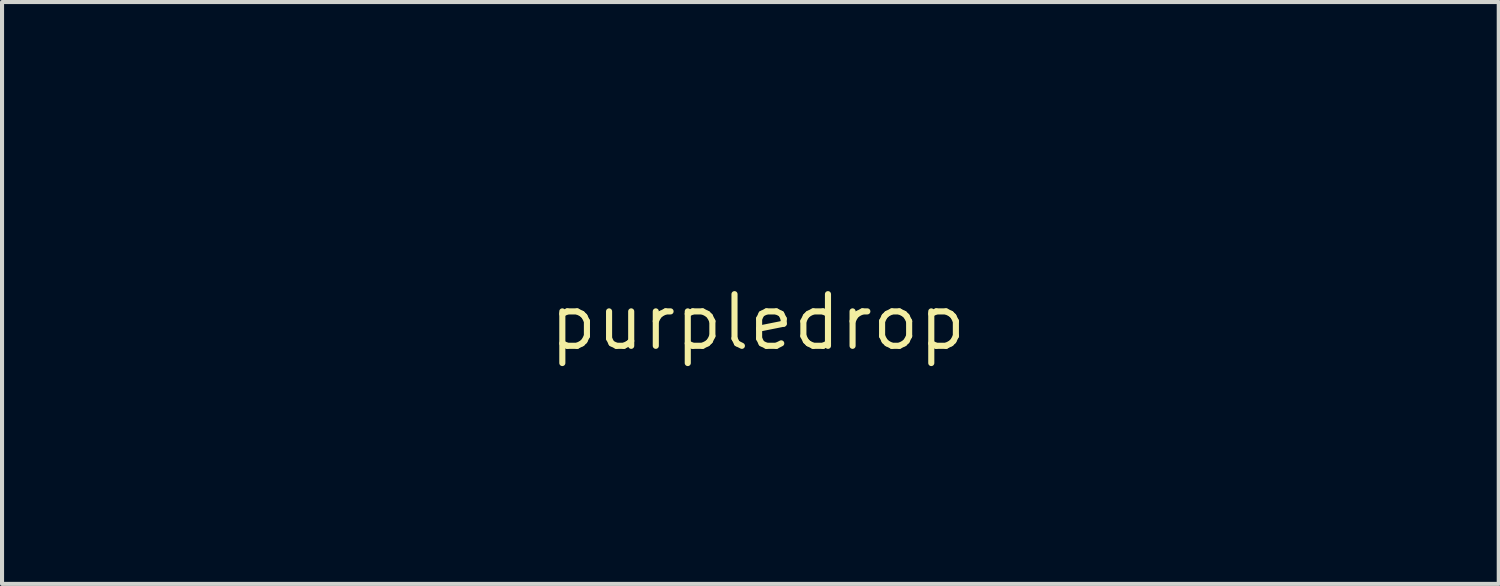
<source format=kicad_pcb>
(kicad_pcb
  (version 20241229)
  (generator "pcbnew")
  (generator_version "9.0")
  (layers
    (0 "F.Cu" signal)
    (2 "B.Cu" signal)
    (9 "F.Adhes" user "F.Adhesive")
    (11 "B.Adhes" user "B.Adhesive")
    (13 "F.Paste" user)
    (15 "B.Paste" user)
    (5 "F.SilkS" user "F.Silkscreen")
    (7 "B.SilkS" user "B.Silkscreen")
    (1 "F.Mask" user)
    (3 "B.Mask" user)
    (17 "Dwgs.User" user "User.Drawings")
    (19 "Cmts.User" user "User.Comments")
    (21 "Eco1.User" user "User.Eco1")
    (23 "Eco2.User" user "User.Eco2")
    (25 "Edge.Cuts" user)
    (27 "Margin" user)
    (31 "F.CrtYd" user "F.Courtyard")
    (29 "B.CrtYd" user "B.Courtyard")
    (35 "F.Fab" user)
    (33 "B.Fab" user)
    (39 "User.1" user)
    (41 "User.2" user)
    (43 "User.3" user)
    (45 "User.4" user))
  (footprint "purpledrop"
    (layer "F.Cu")
    (at 15.584 4.873)
    (property "Reference" "purpledrop" (at 0 0 0) (layer "F.SilkS") (effects (font (size 1.27 1.27) (thickness 0.15))))
    (attr through_hole)
    (fp_poly (pts (xy -8.805 2.836) (xy -9.059 2.836) (xy -9.059 0.72) (xy -8.805 0.72) (xy -8.805 2.836)) (stroke (width 0.01) (type solid)) (fill yes) (layer "F.Mask"))
    (fp_poly (pts (xy -1.651 -1.101) (xy -2.54 -1.101) (xy -2.54 -4.868) (xy -1.651 -4.868) (xy -1.651 -1.101)) (stroke (width 0.01) (type solid)) (fill yes) (layer "F.Mask"))
    (fp_poly (pts (xy 0.254 2.836) (xy -0.085 2.836) (xy -0.085 2.455) (xy 0.254 2.455) (xy 0.254 2.836)) (stroke (width 0.01) (type solid)) (fill yes) (layer "F.Mask"))
    (fp_poly (pts (xy 2.879 2.836) (xy 2.582 2.836) (xy 2.582 1.312) (xy 2.879 1.312) (xy 2.879 2.836)) (stroke (width 0.01) (type solid)) (fill yes) (layer "F.Mask"))
    (fp_poly (pts (xy 2.871 0.799) (xy 2.879 0.889) (xy 2.879 0.907) (xy 2.872 1.008) (xy 2.837 1.05) (xy 2.746 1.058) (xy 2.728 1.058) (xy 2.628 1.053) (xy 2.589 1.02) (xy 2.589 0.938) (xy 2.59 0.921) (xy 2.611 0.824) (xy 2.666 0.782) (xy 2.741 0.77) (xy 2.833 0.767) (xy 2.871 0.799)) (stroke (width 0.01) (type solid)) (fill yes) (layer "F.Mask"))
    (fp_poly (pts (xy -7.578 -3.419) (xy -7.43 -3.532) (xy -7.151 -3.702) (xy -6.868 -3.793) (xy -6.699 -3.809) (xy -6.477 -3.81) (xy -6.477 -3.009) (xy -6.877 -3.011) (xy -7.072 -3.007) (xy -7.253 -2.994) (xy -7.39 -2.974) (xy -7.427 -2.964) (xy -7.578 -2.914) (xy -7.578 -1.101) (xy -8.424 -1.101) (xy -8.424 -3.81) (xy -7.578 -3.81) (xy -7.578 -3.419)) (stroke (width 0.01) (type solid)) (fill yes) (layer "F.Mask"))
    (fp_poly (pts (xy -11.805 1.324) (xy -11.772 1.372) (xy -11.769 1.42) (xy -11.769 1.528) (xy -11.585 1.42) (xy -11.377 1.333) (xy -11.225 1.312) (xy -11.114 1.317) (xy -11.063 1.342) (xy -11.049 1.405) (xy -11.049 1.439) (xy -11.054 1.517) (xy -11.085 1.554) (xy -11.165 1.565) (xy -11.244 1.566) (xy -11.468 1.601) (xy -11.604 1.659) (xy -11.769 1.751) (xy -11.769 2.836) (xy -12.023 2.836) (xy -12.023 1.312) (xy -11.896 1.312) (xy -11.805 1.324)) (stroke (width 0.01) (type solid)) (fill yes) (layer "F.Mask"))
    (fp_poly (pts (xy -4.608 1.324) (xy -4.575 1.372) (xy -4.572 1.416) (xy -4.572 1.519) (xy -4.392 1.416) (xy -4.24 1.35) (xy -4.088 1.315) (xy -4.053 1.313) (xy -3.949 1.318) (xy -3.905 1.349) (xy -3.895 1.425) (xy -3.895 1.439) (xy -3.901 1.52) (xy -3.937 1.557) (xy -4.026 1.566) (xy -4.066 1.566) (xy -4.217 1.587) (xy -4.375 1.638) (xy -4.404 1.652) (xy -4.572 1.737) (xy -4.572 2.836) (xy -4.826 2.836) (xy -4.826 1.312) (xy -4.699 1.312) (xy -4.608 1.324)) (stroke (width 0.01) (type solid)) (fill yes) (layer "F.Mask"))
    (fp_poly (pts (xy 7.408 -3.425) (xy 7.547 -3.531) (xy 7.812 -3.692) (xy 8.089 -3.787) (xy 8.287 -3.809) (xy 8.509 -3.81) (xy 8.509 -3.009) (xy 8.109 -3.011) (xy 7.914 -3.007) (xy 7.733 -2.994) (xy 7.596 -2.974) (xy 7.559 -2.964) (xy 7.408 -2.914) (xy 7.408 -1.101) (xy 6.992 -1.101) (xy 6.812 -1.103) (xy 6.665 -1.111) (xy 6.571 -1.121) (xy 6.548 -1.129) (xy 6.541 -1.177) (xy 6.534 -1.299) (xy 6.529 -1.485) (xy 6.524 -1.724) (xy 6.521 -2.006) (xy 6.52 -2.321) (xy 6.519 -2.484) (xy 6.519 -3.81) (xy 7.408 -3.81) (xy 7.408 -3.425)) (stroke (width 0.01) (type solid)) (fill yes) (layer "F.Mask"))
    (fp_poly (pts (xy -13.547 1.874) (xy -13.544 2.145) (xy -13.531 2.341) (xy -13.506 2.476) (xy -13.461 2.561) (xy -13.393 2.606) (xy -13.298 2.623) (xy -13.237 2.625) (xy -13.07 2.6) (xy -12.922 2.54) (xy -12.785 2.457) (xy -12.785 1.312) (xy -12.531 1.312) (xy -12.531 2.836) (xy -12.658 2.836) (xy -12.758 2.817) (xy -12.785 2.773) (xy -12.791 2.724) (xy -12.821 2.716) (xy -12.893 2.751) (xy -12.964 2.794) (xy -13.158 2.87) (xy -13.361 2.878) (xy -13.55 2.819) (xy -13.641 2.755) (xy -13.78 2.632) (xy -13.793 1.972) (xy -13.807 1.312) (xy -13.547 1.312) (xy -13.547 1.874)) (stroke (width 0.01) (type solid)) (fill yes) (layer "F.Mask"))
    (fp_poly (pts (xy -11.091 -2.923) (xy -11.089 -2.587) (xy -11.082 -2.313) (xy -11.071 -2.107) (xy -11.055 -1.974) (xy -11.044 -1.933) (xy -10.949 -1.819) (xy -10.8 -1.754) (xy -10.613 -1.739) (xy -10.406 -1.778) (xy -10.298 -1.819) (xy -10.118 -1.901) (xy -10.118 -3.81) (xy -9.271 -3.81) (xy -9.271 -1.101) (xy -10.118 -1.101) (xy -10.118 -1.405) (xy -10.255 -1.313) (xy -10.445 -1.205) (xy -10.651 -1.117) (xy -10.853 -1.055) (xy -11.028 -1.026) (xy -11.155 -1.036) (xy -11.155 -1.037) (xy -11.222 -1.053) (xy -11.333 -1.074) (xy -11.358 -1.078) (xy -11.516 -1.136) (xy -11.678 -1.248) (xy -11.686 -1.256) (xy -11.771 -1.34) (xy -11.837 -1.428) (xy -11.888 -1.533) (xy -11.926 -1.664) (xy -11.952 -1.833) (xy -11.968 -2.049) (xy -11.977 -2.325) (xy -11.98 -2.67) (xy -11.98 -2.823) (xy -11.98 -3.81) (xy -11.091 -3.81) (xy -11.091 -2.923)) (stroke (width 0.01) (type solid)) (fill yes) (layer "F.Mask"))
    (fp_poly (pts (xy -14.51 -4.69) (xy -14.184 -4.685) (xy -13.93 -4.679) (xy -13.736 -4.671) (xy -13.589 -4.661) (xy -13.476 -4.647) (xy -13.385 -4.628) (xy -13.304 -4.603) (xy -13.241 -4.578) (xy -12.981 -4.434) (xy -12.782 -4.235) (xy -12.647 -3.991) (xy -12.58 -3.708) (xy -12.584 -3.396) (xy -12.64 -3.135) (xy -12.743 -2.916) (xy -12.912 -2.706) (xy -13.128 -2.523) (xy -13.314 -2.415) (xy -13.418 -2.37) (xy -13.527 -2.339) (xy -13.66 -2.318) (xy -13.838 -2.304) (xy -14.065 -2.295) (xy -14.605 -2.276) (xy -14.605 -1.101) (xy -15.536 -1.101) (xy -15.536 -4.022) (xy -14.605 -4.022) (xy -14.605 -2.963) (xy -14.286 -2.963) (xy -14.101 -2.972) (xy -13.934 -2.994) (xy -13.824 -3.023) (xy -13.666 -3.126) (xy -13.572 -3.28) (xy -13.537 -3.48) (xy -13.557 -3.681) (xy -13.639 -3.834) (xy -13.786 -3.94) (xy -14.002 -4.002) (xy -14.286 -4.022) (xy -14.605 -4.022) (xy -15.536 -4.022) (xy -15.536 -4.706) (xy -14.51 -4.69)) (stroke (width 0.01) (type solid)) (fill yes) (layer "F.Mask"))
    (fp_poly (pts (xy 4.163 1.293) (xy 4.368 1.378) (xy 4.524 1.529) (xy 4.628 1.74) (xy 4.674 2.006) (xy 4.676 2.074) (xy 4.649 2.357) (xy 4.565 2.578) (xy 4.423 2.737) (xy 4.223 2.835) (xy 4.011 2.87) (xy 3.849 2.874) (xy 3.737 2.857) (xy 3.642 2.813) (xy 3.601 2.787) (xy 3.44 2.646) (xy 3.34 2.475) (xy 3.291 2.256) (xy 3.283 2.097) (xy 3.292 2.006) (xy 3.56 2.006) (xy 3.563 2.187) (xy 3.582 2.348) (xy 3.615 2.451) (xy 3.733 2.584) (xy 3.892 2.653) (xy 4.072 2.65) (xy 4.171 2.616) (xy 4.295 2.518) (xy 4.372 2.356) (xy 4.402 2.126) (xy 4.403 2.078) (xy 4.386 1.849) (xy 4.333 1.686) (xy 4.239 1.576) (xy 4.185 1.542) (xy 4.01 1.492) (xy 3.84 1.511) (xy 3.695 1.593) (xy 3.607 1.713) (xy 3.575 1.837) (xy 3.56 2.006) (xy 3.292 2.006) (xy 3.31 1.807) (xy 3.393 1.579) (xy 3.532 1.415) (xy 3.727 1.314) (xy 3.915 1.279) (xy 4.163 1.293)) (stroke (width 0.01) (type solid)) (fill yes) (layer "F.Mask"))
    (fp_poly (pts (xy 3.334 -4.698) (xy 3.776 -4.692) (xy 4.146 -4.671) (xy 4.455 -4.632) (xy 4.713 -4.573) (xy 4.932 -4.49) (xy 5.124 -4.381) (xy 5.299 -4.24) (xy 5.433 -4.106) (xy 5.632 -3.85) (xy 5.767 -3.575) (xy 5.847 -3.259) (xy 5.87 -3.052) (xy 5.863 -2.66) (xy 5.781 -2.296) (xy 5.629 -1.967) (xy 5.413 -1.681) (xy 5.136 -1.449) (xy 4.937 -1.335) (xy 4.763 -1.26) (xy 4.58 -1.201) (xy 4.375 -1.158) (xy 4.133 -1.129) (xy 3.842 -1.111) (xy 3.488 -1.102) (xy 3.235 -1.101) (xy 2.498 -1.101) (xy 2.498 -1.766) (xy 3.429 -1.766) (xy 3.806 -1.788) (xy 4.062 -1.812) (xy 4.257 -1.855) (xy 4.378 -1.903) (xy 4.595 -2.049) (xy 4.764 -2.244) (xy 4.862 -2.452) (xy 4.901 -2.657) (xy 4.911 -2.897) (xy 4.894 -3.138) (xy 4.852 -3.347) (xy 4.822 -3.429) (xy 4.698 -3.65) (xy 4.544 -3.811) (xy 4.348 -3.921) (xy 4.098 -3.986) (xy 3.821 -4.013) (xy 3.429 -4.032) (xy 3.429 -1.766) (xy 2.498 -1.766) (xy 2.498 -4.699) (xy 3.334 -4.698)) (stroke (width 0.01) (type solid)) (fill yes) (layer "F.Mask"))
    (fp_poly (pts (xy -2.951 1.281) (xy -2.738 1.33) (xy -2.573 1.439) (xy -2.44 1.618) (xy -2.421 1.653) (xy -2.358 1.834) (xy -2.331 2.048) (xy -2.339 2.264) (xy -2.381 2.455) (xy -2.439 2.57) (xy -2.615 2.75) (xy -2.823 2.852) (xy -3.027 2.879) (xy -3.218 2.859) (xy -3.369 2.795) (xy -3.387 2.783) (xy -3.531 2.672) (xy -3.625 2.558) (xy -3.678 2.42) (xy -3.701 2.234) (xy -3.702 2.188) (xy -3.461 2.188) (xy -3.431 2.344) (xy -3.341 2.508) (xy -3.208 2.617) (xy -3.051 2.666) (xy -2.888 2.645) (xy -2.799 2.598) (xy -2.681 2.47) (xy -2.611 2.297) (xy -2.585 2.1) (xy -2.605 1.902) (xy -2.667 1.722) (xy -2.772 1.584) (xy -2.854 1.529) (xy -3.018 1.494) (xy -3.186 1.528) (xy -3.328 1.624) (xy -3.357 1.658) (xy -3.423 1.801) (xy -3.459 1.989) (xy -3.461 2.188) (xy -3.702 2.188) (xy -3.704 2.079) (xy -3.702 1.895) (xy -3.692 1.771) (xy -3.667 1.683) (xy -3.623 1.604) (xy -3.582 1.548) (xy -3.409 1.383) (xy -3.201 1.294) (xy -2.954 1.28) (xy -2.951 1.281)) (stroke (width 0.01) (type solid)) (fill yes) (layer "F.Mask"))
    (fp_poly (pts (xy 1.101 1.079) (xy 1.102 1.242) (xy 1.106 1.366) (xy 1.111 1.433) (xy 1.113 1.439) (xy 1.154 1.422) (xy 1.245 1.378) (xy 1.291 1.355) (xy 1.509 1.283) (xy 1.719 1.287) (xy 1.907 1.361) (xy 2.057 1.503) (xy 2.102 1.575) (xy 2.156 1.74) (xy 2.18 1.951) (xy 2.175 2.177) (xy 2.141 2.385) (xy 2.092 2.519) (xy 1.952 2.712) (xy 1.77 2.831) (xy 1.545 2.877) (xy 1.507 2.878) (xy 1.371 2.871) (xy 1.265 2.853) (xy 1.233 2.84) (xy 1.155 2.822) (xy 1.037 2.822) (xy 1.011 2.825) (xy 0.847 2.847) (xy 0.847 1.692) (xy 1.101 1.692) (xy 1.101 2.575) (xy 1.217 2.618) (xy 1.405 2.661) (xy 1.587 2.639) (xy 1.646 2.62) (xy 1.754 2.561) (xy 1.828 2.483) (xy 1.829 2.483) (xy 1.89 2.313) (xy 1.915 2.117) (xy 1.906 1.918) (xy 1.865 1.743) (xy 1.793 1.616) (xy 1.773 1.598) (xy 1.641 1.538) (xy 1.474 1.531) (xy 1.302 1.575) (xy 1.238 1.608) (xy 1.101 1.692) (xy 0.847 1.692) (xy 0.847 0.72) (xy 1.101 0.72) (xy 1.101 1.079)) (stroke (width 0.01) (type solid)) (fill yes) (layer "F.Mask"))
    (fp_poly (pts (xy -9.939 1.278) (xy -9.758 1.354) (xy -9.613 1.5) (xy -9.51 1.712) (xy -9.467 1.892) (xy -9.46 2.16) (xy -9.516 2.399) (xy -9.628 2.598) (xy -9.785 2.749) (xy -9.978 2.844) (xy -10.197 2.873) (xy -10.432 2.828) (xy -10.467 2.815) (xy -10.504 2.808) (xy -10.527 2.834) (xy -10.538 2.91) (xy -10.541 3.05) (xy -10.541 3.107) (xy -10.541 3.429) (xy -10.795 3.429) (xy -10.795 1.667) (xy -10.541 1.667) (xy -10.541 2.121) (xy -10.537 2.346) (xy -10.526 2.496) (xy -10.506 2.577) (xy -10.488 2.597) (xy -10.389 2.616) (xy -10.247 2.621) (xy -10.099 2.613) (xy -9.981 2.594) (xy -9.946 2.581) (xy -9.849 2.488) (xy -9.782 2.342) (xy -9.744 2.165) (xy -9.738 1.977) (xy -9.762 1.8) (xy -9.818 1.655) (xy -9.905 1.562) (xy -9.929 1.55) (xy -10.095 1.525) (xy -10.286 1.555) (xy -10.391 1.595) (xy -10.541 1.667) (xy -10.795 1.667) (xy -10.795 1.312) (xy -10.668 1.312) (xy -10.568 1.331) (xy -10.541 1.377) (xy -10.529 1.411) (xy -10.483 1.406) (xy -10.382 1.36) (xy -10.373 1.356) (xy -10.146 1.277) (xy -9.939 1.278)) (stroke (width 0.01) (type solid)) (fill yes) (layer "F.Mask"))
    (fp_poly (pts (xy -1.032 1.285) (xy -0.848 1.363) (xy -0.701 1.511) (xy -0.654 1.593) (xy -0.601 1.76) (xy -0.576 1.968) (xy -0.578 2.185) (xy -0.608 2.378) (xy -0.647 2.482) (xy -0.794 2.68) (xy -0.986 2.81) (xy -1.21 2.869) (xy -1.453 2.852) (xy -1.577 2.814) (xy -1.614 2.807) (xy -1.637 2.834) (xy -1.648 2.911) (xy -1.651 3.052) (xy -1.651 3.107) (xy -1.651 3.429) (xy -1.905 3.429) (xy -1.905 1.667) (xy -1.651 1.667) (xy -1.651 2.121) (xy -1.647 2.346) (xy -1.636 2.496) (xy -1.616 2.577) (xy -1.598 2.597) (xy -1.527 2.61) (xy -1.406 2.619) (xy -1.325 2.621) (xy -1.169 2.613) (xy -1.059 2.575) (xy -0.99 2.525) (xy -0.921 2.453) (xy -0.882 2.364) (xy -0.861 2.231) (xy -0.855 2.167) (xy -0.85 2.008) (xy -0.854 1.869) (xy -0.864 1.8) (xy -0.939 1.647) (xy -1.066 1.554) (xy -1.232 1.525) (xy -1.426 1.564) (xy -1.501 1.595) (xy -1.651 1.667) (xy -1.905 1.667) (xy -1.905 1.312) (xy -1.778 1.312) (xy -1.677 1.331) (xy -1.651 1.376) (xy -1.649 1.42) (xy -1.631 1.433) (xy -1.577 1.413) (xy -1.467 1.358) (xy -1.46 1.355) (xy -1.24 1.281) (xy -1.032 1.285)) (stroke (width 0.01) (type solid)) (fill yes) (layer "F.Mask"))
    (fp_poly (pts (xy -5.334 2.836) (xy -5.461 2.836) (xy -5.562 2.817) (xy -5.588 2.773) (xy -5.594 2.724) (xy -5.624 2.716) (xy -5.696 2.751) (xy -5.767 2.794) (xy -5.942 2.861) (xy -6.105 2.879) (xy -6.254 2.866) (xy -6.37 2.814) (xy -6.453 2.748) (xy -6.585 2.58) (xy -6.664 2.366) (xy -6.692 2.128) (xy -6.689 2.095) (xy -6.413 2.095) (xy -6.41 2.264) (xy -6.395 2.375) (xy -6.362 2.452) (xy -6.311 2.515) (xy -6.176 2.601) (xy -6.006 2.625) (xy -5.824 2.588) (xy -5.726 2.54) (xy -5.588 2.457) (xy -5.588 2.034) (xy -5.591 1.819) (xy -5.608 1.675) (xy -5.648 1.588) (xy -5.721 1.543) (xy -5.839 1.526) (xy -5.958 1.524) (xy -6.099 1.533) (xy -6.196 1.571) (xy -6.289 1.654) (xy -6.354 1.729) (xy -6.391 1.802) (xy -6.409 1.901) (xy -6.413 2.051) (xy -6.413 2.095) (xy -6.689 2.095) (xy -6.669 1.885) (xy -6.597 1.659) (xy -6.477 1.469) (xy -6.379 1.378) (xy -6.254 1.324) (xy -6.082 1.294) (xy -5.894 1.289) (xy -5.724 1.313) (xy -5.683 1.326) (xy -5.635 1.34) (xy -5.607 1.327) (xy -5.593 1.271) (xy -5.588 1.158) (xy -5.588 1.04) (xy -5.588 0.72) (xy -5.334 0.72) (xy -5.334 2.836)) (stroke (width 0.01) (type solid)) (fill yes) (layer "F.Mask"))
    (fp_poly (pts (xy -7.321 1.341) (xy -7.152 1.463) (xy -7.09 1.54) (xy -7.047 1.642) (xy -7.011 1.788) (xy -6.998 1.881) (xy -6.973 2.117) (xy -8.137 2.117) (xy -8.109 2.233) (xy -8.023 2.433) (xy -7.881 2.57) (xy -7.809 2.607) (xy -7.684 2.649) (xy -7.566 2.662) (xy -7.432 2.641) (xy -7.262 2.585) (xy -7.098 2.519) (xy -7.047 2.508) (xy -7.03 2.548) (xy -7.035 2.626) (xy -7.059 2.728) (xy -7.124 2.788) (xy -7.197 2.819) (xy -7.432 2.87) (xy -7.683 2.87) (xy -7.914 2.82) (xy -8.003 2.781) (xy -8.192 2.641) (xy -8.313 2.454) (xy -8.369 2.217) (xy -8.37 2.022) (xy -8.345 1.873) (xy -8.128 1.873) (xy -8.088 1.886) (xy -7.982 1.897) (xy -7.826 1.903) (xy -7.684 1.905) (xy -7.485 1.904) (xy -7.357 1.899) (xy -7.283 1.887) (xy -7.249 1.866) (xy -7.239 1.831) (xy -7.239 1.817) (xy -7.275 1.71) (xy -7.366 1.602) (xy -7.485 1.518) (xy -7.606 1.482) (xy -7.614 1.482) (xy -7.819 1.514) (xy -7.973 1.613) (xy -8.043 1.703) (xy -8.098 1.8) (xy -8.127 1.866) (xy -8.128 1.873) (xy -8.345 1.873) (xy -8.327 1.761) (xy -8.231 1.561) (xy -8.079 1.413) (xy -7.977 1.354) (xy -7.752 1.283) (xy -7.527 1.28) (xy -7.321 1.341)) (stroke (width 0.01) (type solid)) (fill yes) (layer "F.Mask"))
    (fp_poly (pts (xy -14.511 1.347) (xy -14.372 1.486) (xy -14.276 1.688) (xy -14.228 1.946) (xy -14.225 2.056) (xy -14.255 2.338) (xy -14.346 2.565) (xy -14.501 2.743) (xy -14.534 2.769) (xy -14.664 2.827) (xy -14.84 2.857) (xy -15.026 2.856) (xy -15.185 2.824) (xy -15.233 2.811) (xy -15.262 2.826) (xy -15.278 2.886) (xy -15.287 3.005) (xy -15.291 3.099) (xy -15.299 3.258) (xy -15.312 3.352) (xy -15.338 3.398) (xy -15.382 3.416) (xy -15.411 3.42) (xy -15.503 3.419) (xy -15.549 3.403) (xy -15.557 3.354) (xy -15.564 3.232) (xy -15.571 3.049) (xy -15.575 2.818) (xy -15.578 2.55) (xy -15.579 2.342) (xy -15.579 1.661) (xy -15.282 1.661) (xy -15.282 2.118) (xy -15.279 2.344) (xy -15.268 2.494) (xy -15.248 2.576) (xy -15.229 2.597) (xy -15.159 2.609) (xy -15.037 2.619) (xy -14.952 2.621) (xy -14.804 2.615) (xy -14.705 2.585) (xy -14.627 2.524) (xy -14.53 2.369) (xy -14.484 2.157) (xy -14.489 1.921) (xy -14.543 1.725) (xy -14.649 1.593) (xy -14.798 1.529) (xy -14.983 1.537) (xy -15.138 1.592) (xy -15.282 1.661) (xy -15.579 1.661) (xy -15.579 1.312) (xy -15.431 1.312) (xy -15.322 1.326) (xy -15.283 1.369) (xy -15.282 1.377) (xy -15.271 1.411) (xy -15.224 1.406) (xy -15.124 1.36) (xy -15.115 1.356) (xy -14.889 1.277) (xy -14.686 1.276) (xy -14.511 1.347)) (stroke (width 0.01) (type solid)) (fill yes) (layer "F.Mask"))
    (fp_poly (pts (xy 14.362 -3.863) (xy 14.593 -3.798) (xy 14.634 -3.778) (xy 14.842 -3.621) (xy 15.008 -3.401) (xy 15.127 -3.128) (xy 15.197 -2.813) (xy 15.211 -2.468) (xy 15.192 -2.25) (xy 15.108 -1.897) (xy 14.966 -1.601) (xy 14.772 -1.367) (xy 14.531 -1.197) (xy 14.252 -1.096) (xy 13.94 -1.067) (xy 13.601 -1.114) (xy 13.303 -1.213) (xy 13.281 -1.203) (xy 13.265 -1.144) (xy 13.256 -1.027) (xy 13.251 -0.842) (xy 13.25 -0.681) (xy 13.25 -0.127) (xy 12.404 -0.127) (xy 12.404 -3.095) (xy 13.25 -3.095) (xy 13.25 -2.422) (xy 13.252 -2.192) (xy 13.257 -1.992) (xy 13.264 -1.837) (xy 13.273 -1.743) (xy 13.279 -1.722) (xy 13.332 -1.707) (xy 13.446 -1.697) (xy 13.596 -1.693) (xy 13.602 -1.693) (xy 13.796 -1.702) (xy 13.936 -1.731) (xy 14.035 -1.779) (xy 14.173 -1.911) (xy 14.263 -2.109) (xy 14.305 -2.375) (xy 14.309 -2.5) (xy 14.287 -2.781) (xy 14.222 -2.991) (xy 14.113 -3.132) (xy 14.092 -3.148) (xy 13.97 -3.196) (xy 13.8 -3.215) (xy 13.613 -3.208) (xy 13.441 -3.172) (xy 13.397 -3.156) (xy 13.25 -3.095) (xy 12.404 -3.095) (xy 12.404 -3.81) (xy 13.25 -3.81) (xy 13.25 -3.683) (xy 13.266 -3.587) (xy 13.306 -3.556) (xy 13.357 -3.599) (xy 13.357 -3.599) (xy 13.407 -3.641) (xy 13.508 -3.704) (xy 13.603 -3.757) (xy 13.837 -3.842) (xy 14.1 -3.878) (xy 14.362 -3.863)) (stroke (width 0.01) (type solid)) (fill yes) (layer "F.Mask"))
    (fp_poly (pts (xy -4.005 -3.862) (xy -3.772 -3.794) (xy -3.735 -3.776) (xy -3.514 -3.613) (xy -3.348 -3.387) (xy -3.239 -3.099) (xy -3.186 -2.748) (xy -3.183 -2.439) (xy -3.207 -2.143) (xy -3.257 -1.907) (xy -3.341 -1.708) (xy -3.468 -1.523) (xy -3.538 -1.442) (xy -3.772 -1.241) (xy -4.043 -1.115) (xy -4.345 -1.065) (xy -4.674 -1.091) (xy -5.024 -1.194) (xy -5.069 -1.213) (xy -5.092 -1.203) (xy -5.107 -1.144) (xy -5.117 -1.027) (xy -5.122 -0.842) (xy -5.122 -0.681) (xy -5.122 -0.127) (xy -5.969 -0.127) (xy -5.969 -3.095) (xy -5.122 -3.095) (xy -5.122 -2.422) (xy -5.121 -2.192) (xy -5.116 -1.992) (xy -5.109 -1.837) (xy -5.1 -1.743) (xy -5.094 -1.722) (xy -5.04 -1.707) (xy -4.927 -1.697) (xy -4.776 -1.693) (xy -4.771 -1.693) (xy -4.576 -1.702) (xy -4.437 -1.731) (xy -4.338 -1.779) (xy -4.2 -1.911) (xy -4.11 -2.109) (xy -4.068 -2.375) (xy -4.064 -2.5) (xy -4.085 -2.781) (xy -4.15 -2.991) (xy -4.259 -3.132) (xy -4.281 -3.148) (xy -4.402 -3.196) (xy -4.572 -3.215) (xy -4.76 -3.208) (xy -4.932 -3.172) (xy -4.976 -3.156) (xy -5.122 -3.095) (xy -5.969 -3.095) (xy -5.969 -3.81) (xy -5.122 -3.81) (xy -5.122 -3.683) (xy -5.106 -3.587) (xy -5.067 -3.556) (xy -5.016 -3.599) (xy -5.016 -3.599) (xy -4.966 -3.641) (xy -4.865 -3.704) (xy -4.77 -3.757) (xy -4.533 -3.843) (xy -4.268 -3.878) (xy -4.005 -3.862)) (stroke (width 0.01) (type solid)) (fill yes) (layer "F.Mask"))
    (fp_poly (pts (xy 10.513 -3.87) (xy 10.677 -3.86) (xy 10.802 -3.841) (xy 10.91 -3.808) (xy 10.99 -3.775) (xy 11.235 -3.625) (xy 11.452 -3.416) (xy 11.617 -3.174) (xy 11.644 -3.117) (xy 11.73 -2.836) (xy 11.762 -2.527) (xy 11.743 -2.211) (xy 11.674 -1.91) (xy 11.559 -1.646) (xy 11.457 -1.501) (xy 11.233 -1.301) (xy 10.954 -1.152) (xy 10.633 -1.058) (xy 10.287 -1.023) (xy 9.93 -1.051) (xy 9.879 -1.06) (xy 9.565 -1.164) (xy 9.289 -1.338) (xy 9.062 -1.573) (xy 8.917 -1.818) (xy 8.858 -2.01) (xy 8.826 -2.253) (xy 8.82 -2.52) (xy 8.822 -2.535) (xy 9.702 -2.535) (xy 9.718 -2.246) (xy 9.736 -2.139) (xy 9.805 -1.917) (xy 9.907 -1.768) (xy 10.054 -1.682) (xy 10.255 -1.651) (xy 10.288 -1.651) (xy 10.437 -1.657) (xy 10.535 -1.681) (xy 10.616 -1.735) (xy 10.662 -1.778) (xy 10.768 -1.937) (xy 10.837 -2.149) (xy 10.869 -2.393) (xy 10.86 -2.646) (xy 10.81 -2.884) (xy 10.762 -3.006) (xy 10.651 -3.146) (xy 10.494 -3.243) (xy 10.313 -3.29) (xy 10.132 -3.283) (xy 9.974 -3.216) (xy 9.942 -3.191) (xy 9.817 -3.024) (xy 9.736 -2.8) (xy 9.702 -2.535) (xy 8.822 -2.535) (xy 8.841 -2.782) (xy 8.886 -3.011) (xy 8.924 -3.116) (xy 9.077 -3.363) (xy 9.29 -3.583) (xy 9.538 -3.751) (xy 9.588 -3.776) (xy 9.696 -3.82) (xy 9.803 -3.848) (xy 9.934 -3.864) (xy 10.109 -3.871) (xy 10.287 -3.872) (xy 10.513 -3.87)) (stroke (width 0.01) (type solid)) (fill yes) (layer "F.Mask"))
    (fp_poly (pts (xy 0.948 -3.837) (xy 1.245 -3.733) (xy 1.48 -3.571) (xy 1.653 -3.351) (xy 1.765 -3.073) (xy 1.816 -2.735) (xy 1.82 -2.599) (xy 1.82 -2.286) (xy -0.175 -2.286) (xy -0.147 -2.191) (xy -0.06 -1.986) (xy 0.067 -1.837) (xy 0.243 -1.739) (xy 0.478 -1.686) (xy 0.741 -1.672) (xy 0.937 -1.675) (xy 1.081 -1.69) (xy 1.206 -1.722) (xy 1.345 -1.778) (xy 1.412 -1.81) (xy 1.557 -1.876) (xy 1.673 -1.925) (xy 1.738 -1.947) (xy 1.742 -1.947) (xy 1.759 -1.908) (xy 1.769 -1.803) (xy 1.771 -1.652) (xy 1.769 -1.601) (xy 1.757 -1.254) (xy 1.524 -1.173) (xy 1.267 -1.107) (xy 0.958 -1.065) (xy 0.627 -1.051) (xy 0.36 -1.061) (xy -0.024 -1.124) (xy -0.35 -1.246) (xy -0.616 -1.425) (xy -0.821 -1.661) (xy -0.868 -1.739) (xy -0.923 -1.844) (xy -0.959 -1.934) (xy -0.981 -2.033) (xy -0.991 -2.162) (xy -0.995 -2.342) (xy -0.995 -2.455) (xy -0.993 -2.672) (xy -0.986 -2.826) (xy -0.984 -2.841) (xy -0.15 -2.841) (xy -0.147 -2.834) (xy -0.097 -2.819) (xy 0.017 -2.807) (xy 0.176 -2.799) (xy 0.359 -2.795) (xy 0.547 -2.795) (xy 0.719 -2.8) (xy 0.855 -2.809) (xy 0.936 -2.822) (xy 0.948 -2.83) (xy 0.956 -2.91) (xy 0.924 -3.026) (xy 0.864 -3.148) (xy 0.789 -3.246) (xy 0.771 -3.262) (xy 0.69 -3.314) (xy 0.596 -3.337) (xy 0.461 -3.34) (xy 0.394 -3.336) (xy 0.199 -3.31) (xy 0.071 -3.261) (xy 0.039 -3.237) (xy -0.038 -3.145) (xy -0.105 -3.029) (xy -0.146 -2.918) (xy -0.15 -2.841) (xy -0.984 -2.841) (xy -0.97 -2.939) (xy -0.941 -3.032) (xy -0.896 -3.128) (xy -0.882 -3.154) (xy -0.689 -3.434) (xy -0.444 -3.648) (xy -0.148 -3.795) (xy 0.199 -3.874) (xy 0.589 -3.886) (xy 0.948 -3.837)) (stroke (width 0.01) (type solid)) (fill yes) (layer "F.Mask")))
  (gr_rect
    (start -3 -3)
    (end 33.8 11.307)
    (stroke (width 0.1) (type default))
    (fill no)
    (layer "Edge.Cuts")))
</source>
